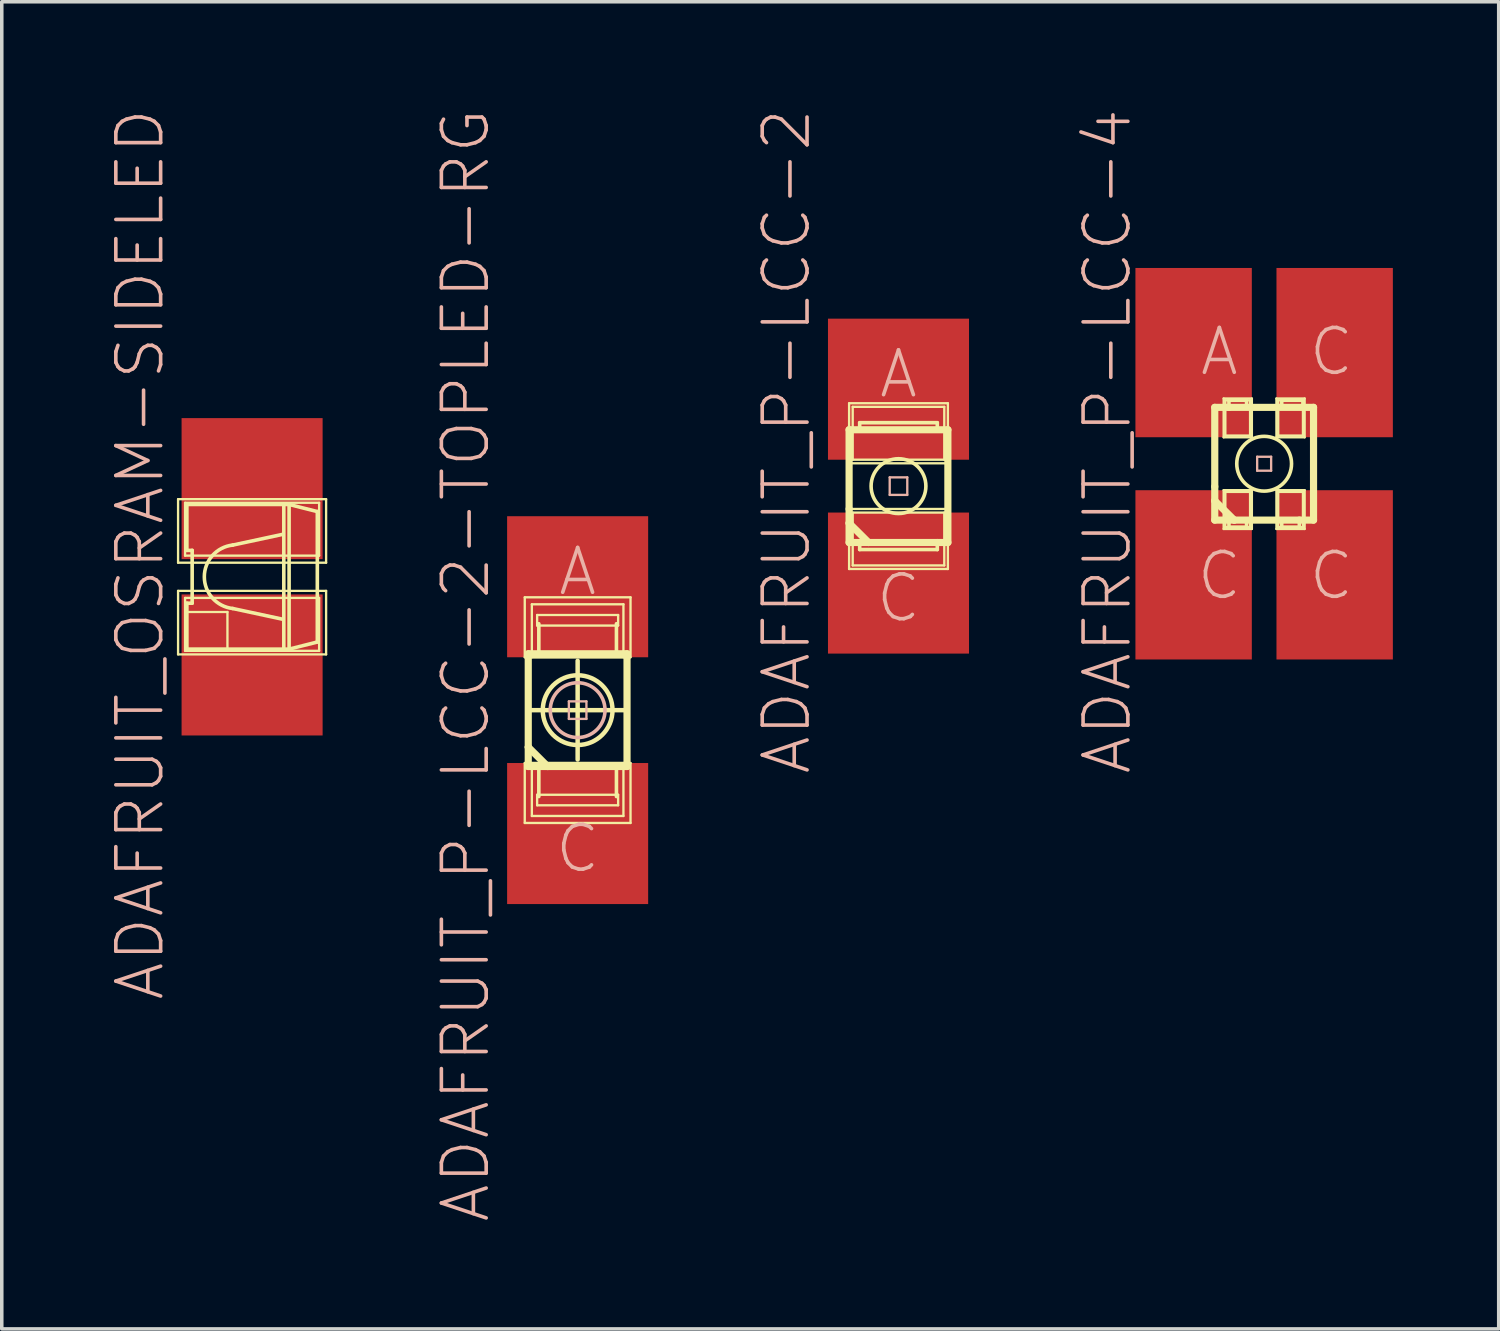
<source format=kicad_pcb>
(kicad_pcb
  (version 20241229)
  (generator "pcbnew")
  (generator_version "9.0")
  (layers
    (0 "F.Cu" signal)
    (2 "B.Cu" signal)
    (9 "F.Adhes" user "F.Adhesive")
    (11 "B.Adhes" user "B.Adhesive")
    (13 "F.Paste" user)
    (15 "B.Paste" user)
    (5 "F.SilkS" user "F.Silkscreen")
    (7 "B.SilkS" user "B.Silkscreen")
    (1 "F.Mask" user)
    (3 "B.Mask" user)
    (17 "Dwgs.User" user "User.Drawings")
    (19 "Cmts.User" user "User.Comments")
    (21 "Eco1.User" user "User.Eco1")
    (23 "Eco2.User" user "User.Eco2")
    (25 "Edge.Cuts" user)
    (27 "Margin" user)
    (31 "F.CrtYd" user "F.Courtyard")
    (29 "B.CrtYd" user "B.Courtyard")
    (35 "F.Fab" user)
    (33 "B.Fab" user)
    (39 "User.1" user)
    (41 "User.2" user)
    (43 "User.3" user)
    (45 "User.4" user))
  (footprint "ADAFRUIT_P-LCC-2"
    (layer "F.Cu")
    (at 22.419 10.73)
    (property "Reference" "ADAFRUIT_P-LCC-2" (at -3.175 -1.27 90) (layer "B.SilkS") (effects (font (size 1.27 1.27) (thickness 0.102))))
    (attr smd)
    (fp_line (start -1.4 -2.349) (end 1.4 -2.349) (stroke (width 0.066) (type solid)) (layer "F.SilkS"))
    (fp_line (start -1.4 -1.598) (end -1.4 0.648) (stroke (width 0.203) (type solid)) (layer "F.SilkS"))
    (fp_line (start -1.4 -0.648) (end -1.4 -2.349) (stroke (width 0.066) (type solid)) (layer "F.SilkS"))
    (fp_line (start -1.4 -0.648) (end 1.4 -0.648) (stroke (width 0.066) (type solid)) (layer "F.SilkS"))
    (fp_line (start -1.4 0.648) (end 1.4 0.648) (stroke (width 0.066) (type solid)) (layer "F.SilkS"))
    (fp_line (start -1.4 1.049) (end -1.4 0.648) (stroke (width 0.203) (type solid)) (layer "F.SilkS"))
    (fp_line (start -1.4 1.049) (end -1.4 1.598) (stroke (width 0.203) (type solid)) (layer "F.SilkS"))
    (fp_line (start -1.4 1.598) (end -1.1 1.598) (stroke (width 0.203) (type solid)) (layer "F.SilkS"))
    (fp_line (start -1.4 2.349) (end -1.4 0.648) (stroke (width 0.066) (type solid)) (layer "F.SilkS"))
    (fp_line (start -1.4 2.349) (end 1.4 2.349) (stroke (width 0.066) (type solid)) (layer "F.SilkS"))
    (fp_line (start -1.298 -2.248) (end 1.298 -2.248) (stroke (width 0.066) (type solid)) (layer "F.SilkS"))
    (fp_line (start -1.298 -0.749) (end -1.298 -2.248) (stroke (width 0.066) (type solid)) (layer "F.SilkS"))
    (fp_line (start -1.298 -0.749) (end 1.298 -0.749) (stroke (width 0.066) (type solid)) (layer "F.SilkS"))
    (fp_line (start -1.298 0.749) (end 1.298 0.749) (stroke (width 0.066) (type solid)) (layer "F.SilkS"))
    (fp_line (start -1.298 2.248) (end -1.298 0.749) (stroke (width 0.066) (type solid)) (layer "F.SilkS"))
    (fp_line (start -1.298 2.248) (end 1.298 2.248) (stroke (width 0.066) (type solid)) (layer "F.SilkS"))
    (fp_line (start -1.1 -1.798) (end 1.1 -1.798) (stroke (width 0.102) (type solid)) (layer "F.SilkS"))
    (fp_line (start -1.1 -1.598) (end -1.1 -1.798) (stroke (width 0.102) (type solid)) (layer "F.SilkS"))
    (fp_line (start -1.1 1.598) (end -1.1 1.798) (stroke (width 0.102) (type solid)) (layer "F.SilkS"))
    (fp_line (start -1.1 1.598) (end -0.848 1.598) (stroke (width 0.203) (type solid)) (layer "F.SilkS"))
    (fp_line (start -1.1 1.798) (end 1.1 1.798) (stroke (width 0.102) (type solid)) (layer "F.SilkS"))
    (fp_line (start -0.848 1.598) (end -1.4 1.049) (stroke (width 0.203) (type solid)) (layer "F.SilkS"))
    (fp_line (start -0.848 1.598) (end 1.1 1.598) (stroke (width 0.203) (type solid)) (layer "F.SilkS"))
    (fp_line (start 1.1 -1.798) (end 1.1 -1.598) (stroke (width 0.102) (type solid)) (layer "F.SilkS"))
    (fp_line (start 1.1 1.598) (end 1.4 1.598) (stroke (width 0.203) (type solid)) (layer "F.SilkS"))
    (fp_line (start 1.1 1.798) (end 1.1 1.598) (stroke (width 0.102) (type solid)) (layer "F.SilkS"))
    (fp_line (start 1.298 -0.749) (end 1.298 -2.248) (stroke (width 0.066) (type solid)) (layer "F.SilkS"))
    (fp_line (start 1.298 2.248) (end 1.298 0.749) (stroke (width 0.066) (type solid)) (layer "F.SilkS"))
    (fp_line (start 1.4 -1.598) (end -1.4 -1.598) (stroke (width 0.203) (type solid)) (layer "F.SilkS"))
    (fp_line (start 1.4 -0.648) (end 1.4 -2.349) (stroke (width 0.066) (type solid)) (layer "F.SilkS"))
    (fp_line (start 1.4 1.598) (end 1.4 -1.598) (stroke (width 0.203) (type solid)) (layer "F.SilkS"))
    (fp_line (start 1.4 2.349) (end 1.4 0.648) (stroke (width 0.066) (type solid)) (layer "F.SilkS"))
    (fp_circle (center 0 0) (end -0.549 0.549) (stroke (width 0.102) (type solid)) (fill no) (layer "F.SilkS"))
    (fp_line (start -0.249 -0.249) (end 0.249 -0.249) (stroke (width 0.066) (type solid)) (layer "B.SilkS"))
    (fp_line (start -0.249 0.249) (end -0.249 -0.249) (stroke (width 0.066) (type solid)) (layer "B.SilkS"))
    (fp_line (start -0.249 0.249) (end 0.249 0.249) (stroke (width 0.066) (type solid)) (layer "B.SilkS"))
    (fp_line (start 0.249 0.249) (end 0.249 -0.249) (stroke (width 0.066) (type solid)) (layer "B.SilkS"))
    (fp_text user "A" (at 0 -3.175 0) (layer "B.SilkS") (effects (font (size 1.27 1.27) (thickness 0.102))))
    (fp_text user "C" (at 0 3.175 0) (layer "B.SilkS") (effects (font (size 1.27 1.27) (thickness 0.102))))
    (pad "A" smd rect (at 0 -2.748) (size 3.998 3.998) (layers "F.Cu" "F.Mask" "F.Paste"))
    (pad "C" smd rect (at 0 2.748) (size 3.998 3.998) (layers "F.Cu" "F.Mask" "F.Paste")))
  (footprint "ADAFRUIT_P-LCC-4"
    (layer "F.Cu")
    (at 32.784 10.095)
    (property "Reference" "ADAFRUIT_P-LCC-4" (at -4.445 -0.635 90) (layer "B.SilkS") (effects (font (size 1.27 1.27) (thickness 0.102))))
    (attr smd)
    (fp_line (start -1.4 -1.598) (end -1.4 0.648) (stroke (width 0.203) (type solid)) (layer "F.SilkS"))
    (fp_line (start -1.4 1.049) (end -1.4 0.648) (stroke (width 0.203) (type solid)) (layer "F.SilkS"))
    (fp_line (start -1.4 1.049) (end -1.4 1.598) (stroke (width 0.203) (type solid)) (layer "F.SilkS"))
    (fp_line (start -1.4 1.598) (end -0.998 1.598) (stroke (width 0.203) (type solid)) (layer "F.SilkS"))
    (fp_line (start -1.148 -1.849) (end -0.348 -1.849) (stroke (width 0.066) (type solid)) (layer "F.SilkS"))
    (fp_line (start -1.148 -0.749) (end -1.148 -1.849) (stroke (width 0.066) (type solid)) (layer "F.SilkS"))
    (fp_line (start -1.148 -0.749) (end -0.348 -0.749) (stroke (width 0.066) (type solid)) (layer "F.SilkS"))
    (fp_line (start -1.148 0.749) (end -0.348 0.749) (stroke (width 0.066) (type solid)) (layer "F.SilkS"))
    (fp_line (start -1.148 1.849) (end -1.148 0.749) (stroke (width 0.066) (type solid)) (layer "F.SilkS"))
    (fp_line (start -1.148 1.849) (end -0.348 1.849) (stroke (width 0.066) (type solid)) (layer "F.SilkS"))
    (fp_line (start -1.1 -1.798) (end -0.399 -1.798) (stroke (width 0.066) (type solid)) (layer "F.SilkS"))
    (fp_line (start -1.1 -0.798) (end -1.1 -1.798) (stroke (width 0.066) (type solid)) (layer "F.SilkS"))
    (fp_line (start -1.1 -0.798) (end -0.399 -0.798) (stroke (width 0.066) (type solid)) (layer "F.SilkS"))
    (fp_line (start -1.1 0.798) (end -0.399 0.798) (stroke (width 0.066) (type solid)) (layer "F.SilkS"))
    (fp_line (start -1.1 1.798) (end -1.1 0.798) (stroke (width 0.066) (type solid)) (layer "F.SilkS"))
    (fp_line (start -1.1 1.798) (end -0.399 1.798) (stroke (width 0.066) (type solid)) (layer "F.SilkS"))
    (fp_line (start -0.998 -1.798) (end -0.498 -1.798) (stroke (width 0.102) (type solid)) (layer "F.SilkS"))
    (fp_line (start -0.998 -1.598) (end -1.4 -1.598) (stroke (width 0.203) (type solid)) (layer "F.SilkS"))
    (fp_line (start -0.998 -1.598) (end -0.998 -1.798) (stroke (width 0.102) (type solid)) (layer "F.SilkS"))
    (fp_line (start -0.998 1.598) (end -0.998 1.798) (stroke (width 0.102) (type solid)) (layer "F.SilkS"))
    (fp_line (start -0.998 1.598) (end -0.848 1.598) (stroke (width 0.203) (type solid)) (layer "F.SilkS"))
    (fp_line (start -0.998 1.798) (end -0.498 1.798) (stroke (width 0.102) (type solid)) (layer "F.SilkS"))
    (fp_line (start -0.848 1.598) (end -1.4 1.049) (stroke (width 0.203) (type solid)) (layer "F.SilkS"))
    (fp_line (start -0.848 1.598) (end 0.998 1.598) (stroke (width 0.203) (type solid)) (layer "F.SilkS"))
    (fp_line (start -0.498 -1.798) (end -0.498 -1.648) (stroke (width 0.102) (type solid)) (layer "F.SilkS"))
    (fp_line (start -0.498 1.798) (end -0.498 1.648) (stroke (width 0.102) (type solid)) (layer "F.SilkS"))
    (fp_line (start -0.399 -0.798) (end -0.399 -1.798) (stroke (width 0.066) (type solid)) (layer "F.SilkS"))
    (fp_line (start -0.399 1.798) (end -0.399 0.798) (stroke (width 0.066) (type solid)) (layer "F.SilkS"))
    (fp_line (start -0.348 -0.749) (end -0.348 -1.849) (stroke (width 0.066) (type solid)) (layer "F.SilkS"))
    (fp_line (start -0.348 1.849) (end -0.348 0.749) (stroke (width 0.066) (type solid)) (layer "F.SilkS"))
    (fp_line (start 0.348 -1.849) (end 1.148 -1.849) (stroke (width 0.066) (type solid)) (layer "F.SilkS"))
    (fp_line (start 0.348 -0.749) (end 0.348 -1.849) (stroke (width 0.066) (type solid)) (layer "F.SilkS"))
    (fp_line (start 0.348 -0.749) (end 1.148 -0.749) (stroke (width 0.066) (type solid)) (layer "F.SilkS"))
    (fp_line (start 0.348 0.749) (end 1.148 0.749) (stroke (width 0.066) (type solid)) (layer "F.SilkS"))
    (fp_line (start 0.348 1.849) (end 0.348 0.749) (stroke (width 0.066) (type solid)) (layer "F.SilkS"))
    (fp_line (start 0.348 1.849) (end 1.148 1.849) (stroke (width 0.066) (type solid)) (layer "F.SilkS"))
    (fp_line (start 0.399 -1.798) (end 1.1 -1.798) (stroke (width 0.066) (type solid)) (layer "F.SilkS"))
    (fp_line (start 0.399 -0.798) (end 0.399 -1.798) (stroke (width 0.066) (type solid)) (layer "F.SilkS"))
    (fp_line (start 0.399 -0.798) (end 1.1 -0.798) (stroke (width 0.066) (type solid)) (layer "F.SilkS"))
    (fp_line (start 0.399 0.798) (end 1.1 0.798) (stroke (width 0.066) (type solid)) (layer "F.SilkS"))
    (fp_line (start 0.399 1.798) (end 0.399 0.798) (stroke (width 0.066) (type solid)) (layer "F.SilkS"))
    (fp_line (start 0.399 1.798) (end 1.1 1.798) (stroke (width 0.066) (type solid)) (layer "F.SilkS"))
    (fp_line (start 0.498 -1.798) (end 1.1 -1.798) (stroke (width 0.102) (type solid)) (layer "F.SilkS"))
    (fp_line (start 0.498 -1.648) (end 0.498 -1.798) (stroke (width 0.102) (type solid)) (layer "F.SilkS"))
    (fp_line (start 0.498 1.648) (end 0.498 1.798) (stroke (width 0.102) (type solid)) (layer "F.SilkS"))
    (fp_line (start 0.498 1.798) (end 0.998 1.798) (stroke (width 0.102) (type solid)) (layer "F.SilkS"))
    (fp_line (start 0.998 1.598) (end 1.4 1.598) (stroke (width 0.203) (type solid)) (layer "F.SilkS"))
    (fp_line (start 0.998 1.798) (end 0.998 1.598) (stroke (width 0.102) (type solid)) (layer "F.SilkS"))
    (fp_line (start 1.1 -1.798) (end 1.1 -1.598) (stroke (width 0.102) (type solid)) (layer "F.SilkS"))
    (fp_line (start 1.1 -0.798) (end 1.1 -1.798) (stroke (width 0.066) (type solid)) (layer "F.SilkS"))
    (fp_line (start 1.1 1.798) (end 1.1 0.798) (stroke (width 0.066) (type solid)) (layer "F.SilkS"))
    (fp_line (start 1.148 -0.749) (end 1.148 -1.849) (stroke (width 0.066) (type solid)) (layer "F.SilkS"))
    (fp_line (start 1.148 1.849) (end 1.148 0.749) (stroke (width 0.066) (type solid)) (layer "F.SilkS"))
    (fp_line (start 1.4 -1.598) (end -0.998 -1.598) (stroke (width 0.203) (type solid)) (layer "F.SilkS"))
    (fp_line (start 1.4 1.598) (end 1.4 -1.598) (stroke (width 0.203) (type solid)) (layer "F.SilkS"))
    (fp_circle (center 0 0) (end -0.549 0.549) (stroke (width 0.102) (type solid)) (fill no) (layer "F.SilkS"))
    (fp_line (start -0.198 -0.198) (end 0.198 -0.198) (stroke (width 0.066) (type solid)) (layer "B.SilkS"))
    (fp_line (start -0.198 0.198) (end -0.198 -0.198) (stroke (width 0.066) (type solid)) (layer "B.SilkS"))
    (fp_line (start -0.198 0.198) (end 0.198 0.198) (stroke (width 0.066) (type solid)) (layer "B.SilkS"))
    (fp_line (start 0.198 0.198) (end 0.198 -0.198) (stroke (width 0.066) (type solid)) (layer "B.SilkS"))
    (fp_text user "A" (at -1.27 -3.175 0) (layer "B.SilkS") (effects (font (size 1.27 1.27) (thickness 0.102))))
    (fp_text user "C" (at 1.905 3.175 0) (layer "B.SilkS") (effects (font (size 1.27 1.27) (thickness 0.102))))
    (fp_text user "C" (at 1.905 -3.175 0) (layer "B.SilkS") (effects (font (size 1.27 1.27) (thickness 0.102))))
    (fp_text user "C" (at -1.27 3.175 0) (layer "B.SilkS") (effects (font (size 1.27 1.27) (thickness 0.102))))
    (pad "A" smd rect (at -1.999 -3.15) (size 3.299 4.798) (layers "F.Cu" "F.Mask" "F.Paste"))
    (pad "C@1" smd rect (at -1.999 3.15) (size 3.299 4.798) (layers "F.Cu" "F.Mask" "F.Paste"))
    (pad "C@3" smd rect (at 1.999 -3.15) (size 3.299 4.798) (layers "F.Cu" "F.Mask" "F.Paste"))
    (pad "C@4" smd rect (at 1.999 3.15) (size 3.299 4.798) (layers "F.Cu" "F.Mask" "F.Paste")))
  (footprint "ADAFRUIT_OSRAM-SIDELED"
    (layer "F.Cu")
    (at 4.096 13.3)
    (property "Reference" "ADAFRUIT_OSRAM-SIDELED" (at -3.175 -0.635 90) (layer "B.SilkS") (effects (font (size 1.27 1.27) (thickness 0.102))))
    (attr smd)
    (fp_line (start -2.098 -2.2) (end 2.098 -2.2) (stroke (width 0.066) (type solid)) (layer "F.SilkS"))
    (fp_line (start -2.098 -0.399) (end -2.098 -2.2) (stroke (width 0.066) (type solid)) (layer "F.SilkS"))
    (fp_line (start -2.098 -0.399) (end 2.098 -0.399) (stroke (width 0.066) (type solid)) (layer "F.SilkS"))
    (fp_line (start -2.098 0.399) (end 2.098 0.399) (stroke (width 0.066) (type solid)) (layer "F.SilkS"))
    (fp_line (start -2.098 2.2) (end -2.098 0.399) (stroke (width 0.066) (type solid)) (layer "F.SilkS"))
    (fp_line (start -2.098 2.2) (end 2.098 2.2) (stroke (width 0.066) (type solid)) (layer "F.SilkS"))
    (fp_line (start -1.9 -2.098) (end 1.9 -2.098) (stroke (width 0.066) (type solid)) (layer "F.SilkS"))
    (fp_line (start -1.9 -0.599) (end -1.9 -2.098) (stroke (width 0.066) (type solid)) (layer "F.SilkS"))
    (fp_line (start -1.9 -0.599) (end 1.9 -0.599) (stroke (width 0.066) (type solid)) (layer "F.SilkS"))
    (fp_line (start -1.9 0.599) (end 1.9 0.599) (stroke (width 0.066) (type solid)) (layer "F.SilkS"))
    (fp_line (start -1.9 2.098) (end -1.9 0.599) (stroke (width 0.066) (type solid)) (layer "F.SilkS"))
    (fp_line (start -1.9 2.098) (end 1.9 2.098) (stroke (width 0.066) (type solid)) (layer "F.SilkS"))
    (fp_line (start -1.849 -2.05) (end 0.899 -2.05) (stroke (width 0.102) (type solid)) (layer "F.SilkS"))
    (fp_line (start -1.849 -0.749) (end -1.849 -2.05) (stroke (width 0.102) (type solid)) (layer "F.SilkS"))
    (fp_line (start -1.849 0.749) (end -1.699 0.749) (stroke (width 0.102) (type solid)) (layer "F.SilkS"))
    (fp_line (start -1.849 0.998) (end -0.699 0.998) (stroke (width 0.066) (type solid)) (layer "F.SilkS"))
    (fp_line (start -1.849 2.05) (end -1.849 0.749) (stroke (width 0.102) (type solid)) (layer "F.SilkS"))
    (fp_line (start -1.849 2.05) (end -1.849 0.998) (stroke (width 0.066) (type solid)) (layer "F.SilkS"))
    (fp_line (start -1.849 2.05) (end -0.699 2.05) (stroke (width 0.066) (type solid)) (layer "F.SilkS"))
    (fp_line (start -1.699 -0.749) (end -1.849 -0.749) (stroke (width 0.102) (type solid)) (layer "F.SilkS"))
    (fp_line (start -1.699 0.749) (end -1.699 -0.749) (stroke (width 0.102) (type solid)) (layer "F.SilkS"))
    (fp_line (start -0.699 2.05) (end -0.699 0.998) (stroke (width 0.066) (type solid)) (layer "F.SilkS"))
    (fp_line (start -0.549 -0.899) (end 0.848 -1.199) (stroke (width 0.102) (type solid)) (layer "F.SilkS"))
    (fp_line (start -0.549 0.899) (end 0.848 1.199) (stroke (width 0.102) (type solid)) (layer "F.SilkS"))
    (fp_line (start 0.899 -2.05) (end 0.899 2.05) (stroke (width 0.102) (type solid)) (layer "F.SilkS"))
    (fp_line (start 0.899 2.05) (end -1.849 2.05) (stroke (width 0.102) (type solid)) (layer "F.SilkS"))
    (fp_line (start 0.899 2.05) (end 1.049 2.05) (stroke (width 0.102) (type solid)) (layer "F.SilkS"))
    (fp_line (start 1.049 -2.05) (end 0.899 -2.05) (stroke (width 0.102) (type solid)) (layer "F.SilkS"))
    (fp_line (start 1.049 -2.05) (end 1.049 2.05) (stroke (width 0.102) (type solid)) (layer "F.SilkS"))
    (fp_line (start 1.049 2.05) (end 1.849 1.849) (stroke (width 0.102) (type solid)) (layer "F.SilkS"))
    (fp_line (start 1.849 -1.849) (end 1.049 -2.05) (stroke (width 0.102) (type solid)) (layer "F.SilkS"))
    (fp_line (start 1.849 1.849) (end 1.849 -1.849) (stroke (width 0.102) (type solid)) (layer "F.SilkS"))
    (fp_line (start 1.9 -0.599) (end 1.9 -2.098) (stroke (width 0.066) (type solid)) (layer "F.SilkS"))
    (fp_line (start 1.9 2.098) (end 1.9 0.599) (stroke (width 0.066) (type solid)) (layer "F.SilkS"))
    (fp_line (start 2.098 -0.399) (end 2.098 -2.2) (stroke (width 0.066) (type solid)) (layer "F.SilkS"))
    (fp_line (start 2.098 2.2) (end 2.098 0.399) (stroke (width 0.066) (type solid)) (layer "F.SilkS"))
    (fp_arc (start -0.54864 0.89916) (mid -1.35418 0.000996) (end -0.55062 -0.89894) (stroke (width 0.1016) (type solid)) (layer "F.SilkS"))
    (pad "A" smd rect (at 0 -2.499) (size 3.998 3.998) (layers "F.Cu" "F.Mask" "F.Paste"))
    (pad "C" smd rect (at 0 2.499) (size 3.998 3.998) (layers "F.Cu" "F.Mask" "F.Paste")))
  (footprint "ADAFRUIT_P-LCC-2-TOPLED-RG"
    (layer "F.Cu")
    (at 13.324 17.08)
    (property "Reference" "ADAFRUIT_P-LCC-2-TOPLED-RG" (at -3.175 -1.27 90) (layer "B.SilkS") (effects (font (size 1.27 1.27) (thickness 0.102))))
    (attr smd)
    (fp_line (start -1.499 -3.198) (end 1.499 -3.198) (stroke (width 0.066) (type solid)) (layer "F.SilkS"))
    (fp_line (start -1.499 -1.499) (end -1.499 -3.198) (stroke (width 0.066) (type solid)) (layer "F.SilkS"))
    (fp_line (start -1.499 -1.499) (end 1.499 -1.499) (stroke (width 0.066) (type solid)) (layer "F.SilkS"))
    (fp_line (start -1.499 1.499) (end 1.499 1.499) (stroke (width 0.066) (type solid)) (layer "F.SilkS"))
    (fp_line (start -1.499 3.198) (end -1.499 1.499) (stroke (width 0.066) (type solid)) (layer "F.SilkS"))
    (fp_line (start -1.499 3.198) (end 1.499 3.198) (stroke (width 0.066) (type solid)) (layer "F.SilkS"))
    (fp_line (start -1.4 -1.598) (end -1.4 1.049) (stroke (width 0.203) (type solid)) (layer "F.SilkS"))
    (fp_line (start -1.4 0) (end 1.4 0) (stroke (width 0.127) (type solid)) (layer "F.SilkS"))
    (fp_line (start -1.4 1.049) (end -1.4 1.598) (stroke (width 0.203) (type solid)) (layer "F.SilkS"))
    (fp_line (start -1.4 1.598) (end -1.1 1.598) (stroke (width 0.203) (type solid)) (layer "F.SilkS"))
    (fp_line (start -1.298 -3) (end 1.298 -3) (stroke (width 0.066) (type solid)) (layer "F.SilkS"))
    (fp_line (start -1.298 -1.499) (end -1.298 -3) (stroke (width 0.066) (type solid)) (layer "F.SilkS"))
    (fp_line (start -1.298 -1.499) (end 1.298 -1.499) (stroke (width 0.066) (type solid)) (layer "F.SilkS"))
    (fp_line (start -1.298 1.499) (end 1.298 1.499) (stroke (width 0.066) (type solid)) (layer "F.SilkS"))
    (fp_line (start -1.298 3) (end -1.298 1.499) (stroke (width 0.066) (type solid)) (layer "F.SilkS"))
    (fp_line (start -1.298 3) (end 1.298 3) (stroke (width 0.066) (type solid)) (layer "F.SilkS"))
    (fp_line (start -1.148 -2.697) (end 1.148 -2.697) (stroke (width 0.066) (type solid)) (layer "F.SilkS"))
    (fp_line (start -1.148 -2.398) (end -1.148 -2.697) (stroke (width 0.066) (type solid)) (layer "F.SilkS"))
    (fp_line (start -1.148 -2.398) (end 1.148 -2.398) (stroke (width 0.066) (type solid)) (layer "F.SilkS"))
    (fp_line (start -1.148 2.398) (end 1.148 2.398) (stroke (width 0.066) (type solid)) (layer "F.SilkS"))
    (fp_line (start -1.148 2.697) (end -1.148 2.398) (stroke (width 0.066) (type solid)) (layer "F.SilkS"))
    (fp_line (start -1.148 2.697) (end 1.148 2.697) (stroke (width 0.066) (type solid)) (layer "F.SilkS"))
    (fp_line (start -1.1 -1.598) (end -1.1 -2.449) (stroke (width 0.102) (type solid)) (layer "F.SilkS"))
    (fp_line (start -1.1 1.598) (end -1.1 2.449) (stroke (width 0.102) (type solid)) (layer "F.SilkS"))
    (fp_line (start -1.1 1.598) (end -0.848 1.598) (stroke (width 0.203) (type solid)) (layer "F.SilkS"))
    (fp_line (start -0.848 1.598) (end -1.4 1.049) (stroke (width 0.203) (type solid)) (layer "F.SilkS"))
    (fp_line (start -0.848 1.598) (end 1.1 1.598) (stroke (width 0.203) (type solid)) (layer "F.SilkS"))
    (fp_line (start 0 1.4) (end 0 -1.4) (stroke (width 0.127) (type solid)) (layer "F.SilkS"))
    (fp_line (start 1.1 -2.449) (end 1.1 -1.598) (stroke (width 0.102) (type solid)) (layer "F.SilkS"))
    (fp_line (start 1.1 1.598) (end 1.4 1.598) (stroke (width 0.203) (type solid)) (layer "F.SilkS"))
    (fp_line (start 1.1 2.449) (end 1.1 1.598) (stroke (width 0.102) (type solid)) (layer "F.SilkS"))
    (fp_line (start 1.148 -2.398) (end 1.148 -2.697) (stroke (width 0.066) (type solid)) (layer "F.SilkS"))
    (fp_line (start 1.148 2.697) (end 1.148 2.398) (stroke (width 0.066) (type solid)) (layer "F.SilkS"))
    (fp_line (start 1.298 -1.499) (end 1.298 -3) (stroke (width 0.066) (type solid)) (layer "F.SilkS"))
    (fp_line (start 1.298 3) (end 1.298 1.499) (stroke (width 0.066) (type solid)) (layer "F.SilkS"))
    (fp_line (start 1.4 -1.598) (end -1.4 -1.598) (stroke (width 0.203) (type solid)) (layer "F.SilkS"))
    (fp_line (start 1.4 1.598) (end 1.4 -1.598) (stroke (width 0.203) (type solid)) (layer "F.SilkS"))
    (fp_line (start 1.499 -1.499) (end 1.499 -3.198) (stroke (width 0.066) (type solid)) (layer "F.SilkS"))
    (fp_line (start 1.499 3.198) (end 1.499 1.499) (stroke (width 0.066) (type solid)) (layer "F.SilkS"))
    (fp_circle (center 0 0) (end -0.699 0.699) (stroke (width 0.127) (type solid)) (fill no) (layer "F.SilkS"))
    (fp_line (start -0.249 -0.249) (end 0.249 -0.249) (stroke (width 0.066) (type solid)) (layer "B.SilkS"))
    (fp_line (start -0.249 0.249) (end -0.249 -0.249) (stroke (width 0.066) (type solid)) (layer "B.SilkS"))
    (fp_line (start -0.249 0.249) (end 0.249 0.249) (stroke (width 0.066) (type solid)) (layer "B.SilkS"))
    (fp_line (start 0.249 0.249) (end 0.249 -0.249) (stroke (width 0.066) (type solid)) (layer "B.SilkS"))
    (fp_circle (center 0 0) (end -0.549 0.549) (stroke (width 0.102) (type solid)) (fill no) (layer "B.SilkS"))
    (fp_text user "C" (at 0 3.924 0) (layer "B.SilkS") (effects (font (size 1.27 1.27) (thickness 0.102))))
    (fp_text user "A" (at 0 -3.924 0) (layer "B.SilkS") (effects (font (size 1.27 1.27) (thickness 0.102))))
    (pad "A" smd rect (at 0 -3.498) (size 3.998 3.998) (layers "F.Cu" "F.Mask" "F.Paste"))
    (pad "C" smd rect (at 0 3.498) (size 3.998 3.998) (layers "F.Cu" "F.Mask" "F.Paste")))
  (gr_rect
    (start -3 -3)
    (end 39.433 34.619)
    (stroke (width 0.1) (type default))
    (fill no)
    (layer "Edge.Cuts")))
</source>
